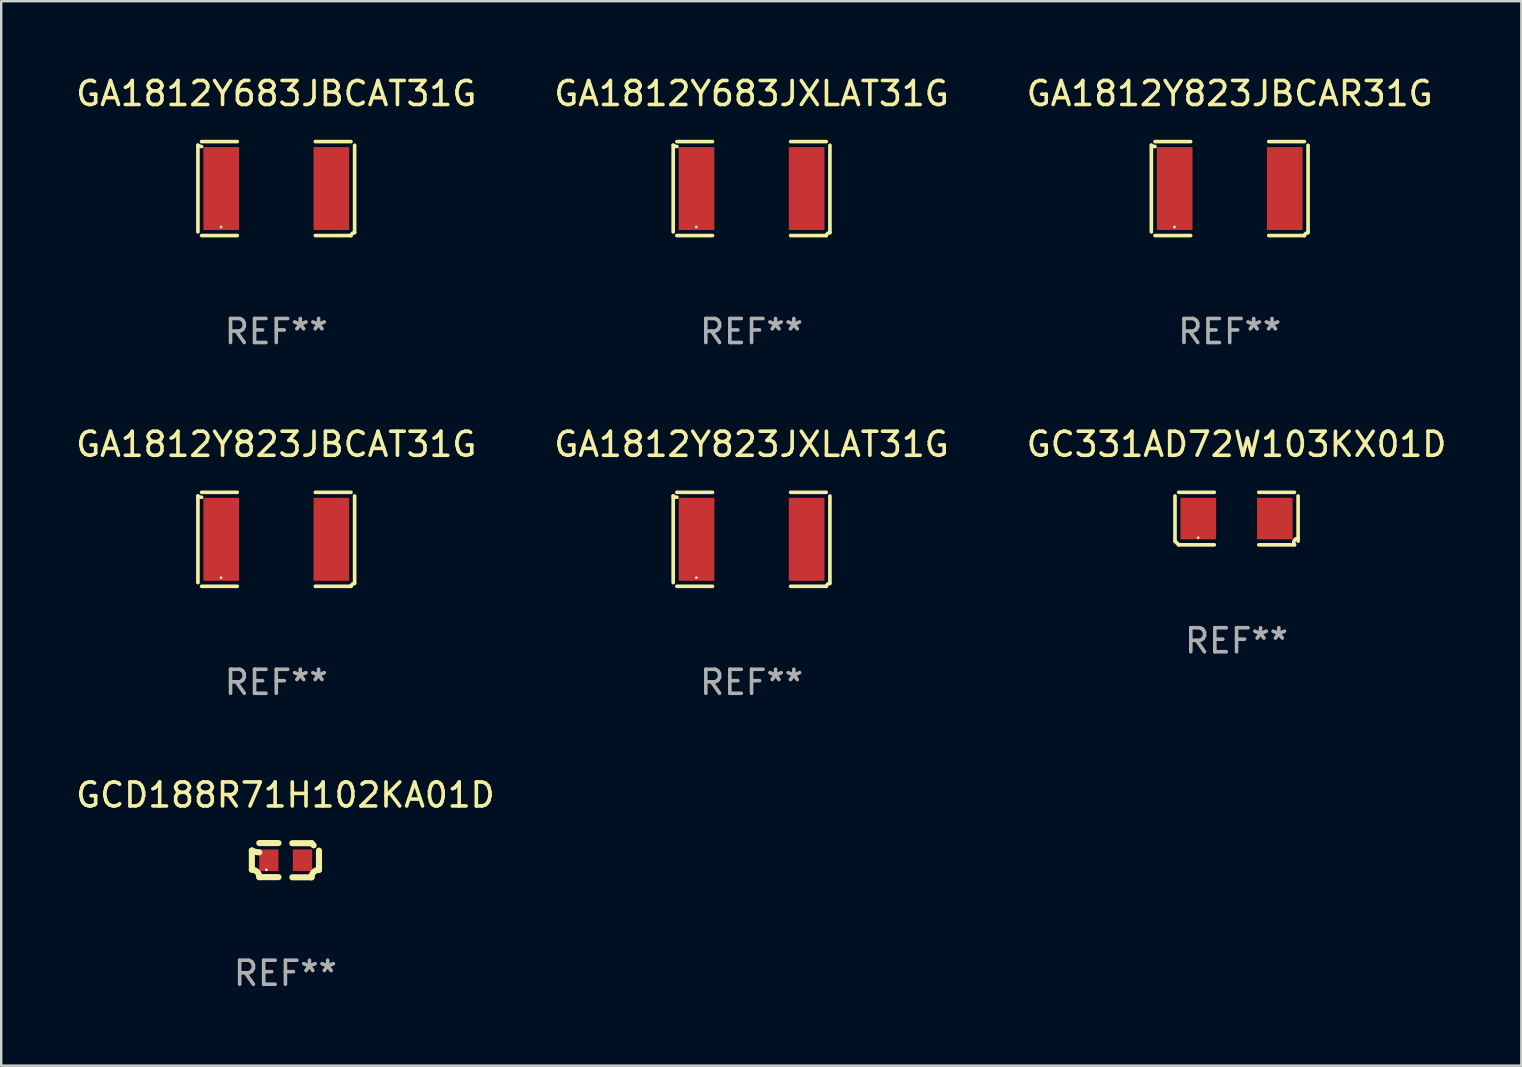
<source format=kicad_pcb>
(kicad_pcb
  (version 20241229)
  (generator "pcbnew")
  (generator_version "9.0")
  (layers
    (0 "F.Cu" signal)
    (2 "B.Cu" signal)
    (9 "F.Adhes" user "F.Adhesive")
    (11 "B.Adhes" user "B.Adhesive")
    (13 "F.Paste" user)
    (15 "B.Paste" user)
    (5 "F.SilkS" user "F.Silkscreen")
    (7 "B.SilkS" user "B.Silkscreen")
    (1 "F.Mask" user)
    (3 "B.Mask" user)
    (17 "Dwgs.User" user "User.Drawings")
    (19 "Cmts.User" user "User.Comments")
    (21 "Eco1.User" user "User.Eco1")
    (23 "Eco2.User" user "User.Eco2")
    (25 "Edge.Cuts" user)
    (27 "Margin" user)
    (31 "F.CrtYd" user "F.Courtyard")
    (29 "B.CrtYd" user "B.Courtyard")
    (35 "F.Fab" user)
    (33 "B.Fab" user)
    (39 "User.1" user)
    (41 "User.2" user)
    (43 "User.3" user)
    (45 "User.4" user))
  (footprint "GA1812Y683JBCAT31G"
    (layer "F.Cu")
    (at 8.458 4.805)
    (property "Reference" "GA1812Y683JBCAT31G" (at 0 -3.957 0) (layer "F.SilkS") (effects (font (size 1 1) (thickness 0.15))))
    (attr through_hole)
    (fp_line (start -3.264 1.804) (end -3.264 -1.804) (stroke (width 0.152) (type solid)) (layer "F.SilkS"))
    (fp_line (start -3.111 -1.957) (end -1.626 -1.957) (stroke (width 0.152) (type solid)) (layer "F.SilkS"))
    (fp_line (start -1.626 1.957) (end -3.111 1.957) (stroke (width 0.152) (type solid)) (layer "F.SilkS"))
    (fp_line (start 1.626 1.957) (end 3.111 1.957) (stroke (width 0.152) (type solid)) (layer "F.SilkS"))
    (fp_line (start 3.111 -1.957) (end 1.626 -1.957) (stroke (width 0.152) (type solid)) (layer "F.SilkS"))
    (fp_line (start 3.264 1.804) (end 3.264 -1.804) (stroke (width 0.152) (type solid)) (layer "F.SilkS"))
    (fp_arc (start -3.111202 -1.752192) (mid -3.191715 -1.76555) (end -3.263602 -1.804191) (stroke (width 0.1524) (type solid)) (layer "F.SilkS"))
    (fp_arc (start 3.111201 1.956591) (mid 3.167789 1.872777) (end 3.263602 1.840424) (stroke (width 0.1524) (type solid)) (layer "F.SilkS"))
    (fp_circle (center -2.3 1.6) (end -2.27 1.6) (stroke (width 0.06) (type solid)) (fill no) (layer "F.SilkS"))
    (fp_text user "REF**" (at 0 5.957 0) (layer "F.Fab") (effects (font (size 1 1) (thickness 0.15))))
    (pad "1" smd rect (at -2.293 0) (size 1.485 3.456) (layers "F.Cu" "F.Mask" "F.Paste"))
    (pad "2" smd rect (at 2.293 0) (size 1.485 3.456) (layers "F.Cu" "F.Mask" "F.Paste")))
  (footprint "GCD188R71H102KA01D"
    (layer "F.Cu")
    (at 8.839 32.78)
    (property "Reference" "GCD188R71H102KA01D" (at 0 -2.713 0) (layer "F.SilkS") (effects (font (size 1 1) (thickness 0.15))))
    (attr through_hole)
    (fp_line (start -1.398 -0.403) (end -1.398 0.397) (stroke (width 0.254) (type solid)) (layer "F.SilkS"))
    (fp_line (start -0.288 -0.713) (end -1.088 -0.713) (stroke (width 0.254) (type solid)) (layer "F.SilkS"))
    (fp_line (start -0.288 0.707) (end -1.088 0.707) (stroke (width 0.254) (type solid)) (layer "F.SilkS"))
    (fp_line (start 0.288 -0.707) (end 1.088 -0.707) (stroke (width 0.254) (type solid)) (layer "F.SilkS"))
    (fp_line (start 0.288 0.713) (end 1.088 0.713) (stroke (width 0.254) (type solid)) (layer "F.SilkS"))
    (fp_line (start 1.398 -0.397) (end 1.398 0.403) (stroke (width 0.254) (type solid)) (layer "F.SilkS"))
    (fp_arc (start -1.397789 0.397066) (mid -1.178701 0.487826) (end -1.08796 0.706922) (stroke (width 0.254001) (type solid)) (layer "F.SilkS"))
    (fp_arc (start -1.08796 -0.327176) (mid -1.247436 -0.346384) (end -1.39779 -0.402908) (stroke (width 0.254001) (type solid)) (layer "F.SilkS"))
    (fp_arc (start 1.087909 0.712738) (mid 1.178656 0.493655) (end 1.397739 0.402908) (stroke (width 0.254001) (type solid)) (layer "F.SilkS"))
    (fp_arc (start 1.175925 -0.618926) (mid 1.131917 -0.662923) (end 1.08791 -0.706922) (stroke (width 0.254001) (type solid)) (layer "F.SilkS"))
    (fp_circle (center -0.792 0.403) (end -0.762 0.403) (stroke (width 0.06) (type solid)) (fill no) (layer "F.SilkS"))
    (fp_text user "REF**" (at 0 4.713 0) (layer "F.Fab") (effects (font (size 1 1) (thickness 0.15))))
    (pad "1" smd rect (at -0.692 0.003) (size 0.8 0.9) (layers "F.Cu" "F.Mask" "F.Paste"))
    (pad "2" smd rect (at 0.708 0.003) (size 0.8 0.9) (layers "F.Cu" "F.Mask" "F.Paste")))
  (footprint "GA1812Y683JXLAT31G"
    (layer "F.Cu")
    (at 28.256 4.805)
    (property "Reference" "GA1812Y683JXLAT31G" (at 0 -3.957 0) (layer "F.SilkS") (effects (font (size 1 1) (thickness 0.15))))
    (attr through_hole)
    (fp_line (start -3.264 1.804) (end -3.264 -1.804) (stroke (width 0.152) (type solid)) (layer "F.SilkS"))
    (fp_line (start -3.111 -1.957) (end -1.626 -1.957) (stroke (width 0.152) (type solid)) (layer "F.SilkS"))
    (fp_line (start -1.626 1.957) (end -3.111 1.957) (stroke (width 0.152) (type solid)) (layer "F.SilkS"))
    (fp_line (start 1.626 1.957) (end 3.111 1.957) (stroke (width 0.152) (type solid)) (layer "F.SilkS"))
    (fp_line (start 3.111 -1.957) (end 1.626 -1.957) (stroke (width 0.152) (type solid)) (layer "F.SilkS"))
    (fp_line (start 3.264 1.804) (end 3.264 -1.804) (stroke (width 0.152) (type solid)) (layer "F.SilkS"))
    (fp_arc (start -3.111202 -1.752192) (mid -3.191715 -1.76555) (end -3.263602 -1.804191) (stroke (width 0.1524) (type solid)) (layer "F.SilkS"))
    (fp_arc (start 3.111201 1.956591) (mid 3.167789 1.872777) (end 3.263602 1.840424) (stroke (width 0.1524) (type solid)) (layer "F.SilkS"))
    (fp_circle (center -2.3 1.6) (end -2.27 1.6) (stroke (width 0.06) (type solid)) (fill no) (layer "F.SilkS"))
    (fp_text user "REF**" (at 0 5.957 0) (layer "F.Fab") (effects (font (size 1 1) (thickness 0.15))))
    (pad "1" smd rect (at -2.293 0) (size 1.485 3.456) (layers "F.Cu" "F.Mask" "F.Paste"))
    (pad "2" smd rect (at 2.293 0) (size 1.485 3.456) (layers "F.Cu" "F.Mask" "F.Paste")))
  (footprint "GA1812Y823JBCAR31G"
    (layer "F.Cu")
    (at 48.173 4.805)
    (property "Reference" "GA1812Y823JBCAR31G" (at 0 -3.957 0) (layer "F.SilkS") (effects (font (size 1 1) (thickness 0.15))))
    (attr through_hole)
    (fp_line (start -3.264 1.804) (end -3.264 -1.804) (stroke (width 0.152) (type solid)) (layer "F.SilkS"))
    (fp_line (start -3.111 -1.957) (end -1.626 -1.957) (stroke (width 0.152) (type solid)) (layer "F.SilkS"))
    (fp_line (start -1.626 1.957) (end -3.111 1.957) (stroke (width 0.152) (type solid)) (layer "F.SilkS"))
    (fp_line (start 1.626 1.957) (end 3.111 1.957) (stroke (width 0.152) (type solid)) (layer "F.SilkS"))
    (fp_line (start 3.111 -1.957) (end 1.626 -1.957) (stroke (width 0.152) (type solid)) (layer "F.SilkS"))
    (fp_line (start 3.264 1.804) (end 3.264 -1.804) (stroke (width 0.152) (type solid)) (layer "F.SilkS"))
    (fp_arc (start -3.111202 -1.752192) (mid -3.191715 -1.76555) (end -3.263602 -1.804191) (stroke (width 0.1524) (type solid)) (layer "F.SilkS"))
    (fp_arc (start 3.111201 1.956591) (mid 3.167789 1.872777) (end 3.263602 1.840424) (stroke (width 0.1524) (type solid)) (layer "F.SilkS"))
    (fp_circle (center -2.3 1.6) (end -2.27 1.6) (stroke (width 0.06) (type solid)) (fill no) (layer "F.SilkS"))
    (fp_text user "REF**" (at 0 5.957 0) (layer "F.Fab") (effects (font (size 1 1) (thickness 0.15))))
    (pad "1" smd rect (at -2.293 0) (size 1.485 3.456) (layers "F.Cu" "F.Mask" "F.Paste"))
    (pad "2" smd rect (at 2.293 0) (size 1.485 3.456) (layers "F.Cu" "F.Mask" "F.Paste")))
  (footprint "GA1812Y823JBCAT31G"
    (layer "F.Cu")
    (at 8.458 19.415)
    (property "Reference" "GA1812Y823JBCAT31G" (at 0 -3.957 0) (layer "F.SilkS") (effects (font (size 1 1) (thickness 0.15))))
    (attr through_hole)
    (fp_line (start -3.264 1.804) (end -3.264 -1.804) (stroke (width 0.152) (type solid)) (layer "F.SilkS"))
    (fp_line (start -3.111 -1.957) (end -1.626 -1.957) (stroke (width 0.152) (type solid)) (layer "F.SilkS"))
    (fp_line (start -1.626 1.957) (end -3.111 1.957) (stroke (width 0.152) (type solid)) (layer "F.SilkS"))
    (fp_line (start 1.626 1.957) (end 3.111 1.957) (stroke (width 0.152) (type solid)) (layer "F.SilkS"))
    (fp_line (start 3.111 -1.957) (end 1.626 -1.957) (stroke (width 0.152) (type solid)) (layer "F.SilkS"))
    (fp_line (start 3.264 1.804) (end 3.264 -1.804) (stroke (width 0.152) (type solid)) (layer "F.SilkS"))
    (fp_arc (start -3.111202 -1.752192) (mid -3.191715 -1.76555) (end -3.263602 -1.804191) (stroke (width 0.1524) (type solid)) (layer "F.SilkS"))
    (fp_arc (start 3.111201 1.956591) (mid 3.167789 1.872777) (end 3.263602 1.840424) (stroke (width 0.1524) (type solid)) (layer "F.SilkS"))
    (fp_circle (center -2.3 1.6) (end -2.27 1.6) (stroke (width 0.06) (type solid)) (fill no) (layer "F.SilkS"))
    (fp_text user "REF**" (at 0 5.957 0) (layer "F.Fab") (effects (font (size 1 1) (thickness 0.15))))
    (pad "1" smd rect (at -2.293 0) (size 1.485 3.456) (layers "F.Cu" "F.Mask" "F.Paste"))
    (pad "2" smd rect (at 2.293 0) (size 1.485 3.456) (layers "F.Cu" "F.Mask" "F.Paste")))
  (footprint "GC331AD72W103KX01D"
    (layer "F.Cu")
    (at 48.458 18.551)
    (property "Reference" "GC331AD72W103KX01D" (at 0 -3.093 0) (layer "F.SilkS") (effects (font (size 1 1) (thickness 0.15))))
    (attr through_hole)
    (fp_line (start -2.564 0.94) (end -2.564 -0.94) (stroke (width 0.152) (type solid)) (layer "F.SilkS"))
    (fp_line (start -2.411 -1.093) (end -0.926 -1.093) (stroke (width 0.152) (type solid)) (layer "F.SilkS"))
    (fp_line (start -0.926 1.093) (end -2.411 1.093) (stroke (width 0.152) (type solid)) (layer "F.SilkS"))
    (fp_line (start 0.926 1.093) (end 2.411 1.093) (stroke (width 0.152) (type solid)) (layer "F.SilkS"))
    (fp_line (start 2.411 -1.093) (end 0.926 -1.093) (stroke (width 0.152) (type solid)) (layer "F.SilkS"))
    (fp_line (start 2.564 0.94) (end 2.564 -0.94) (stroke (width 0.152) (type solid)) (layer "F.SilkS"))
    (fp_arc (start -2.411201 1.092609) (mid -2.487413 1.01642) (end -2.563602 0.940208) (stroke (width 0.1524) (type solid)) (layer "F.SilkS"))
    (fp_arc (start 2.411201 1.092609) (mid 2.407159 0.911226) (end 2.563602 0.819347) (stroke (width 0.1524) (type solid)) (layer "F.SilkS"))
    (fp_circle (center -1.6 0.8) (end -1.57 0.8) (stroke (width 0.06) (type solid)) (fill no) (layer "F.SilkS"))
    (fp_text user "REF**" (at 0 5.093 0) (layer "F.Fab") (effects (font (size 1 1) (thickness 0.15))))
    (pad "1" smd rect (at -1.593 0) (size 1.485 1.728) (layers "F.Cu" "F.Mask" "F.Paste"))
    (pad "2" smd rect (at 1.593 0) (size 1.485 1.728) (layers "F.Cu" "F.Mask" "F.Paste")))
  (footprint "GA1812Y823JXLAT31G"
    (layer "F.Cu")
    (at 28.256 19.415)
    (property "Reference" "GA1812Y823JXLAT31G" (at 0 -3.957 0) (layer "F.SilkS") (effects (font (size 1 1) (thickness 0.15))))
    (attr through_hole)
    (fp_line (start -3.264 1.804) (end -3.264 -1.804) (stroke (width 0.152) (type solid)) (layer "F.SilkS"))
    (fp_line (start -3.111 -1.957) (end -1.626 -1.957) (stroke (width 0.152) (type solid)) (layer "F.SilkS"))
    (fp_line (start -1.626 1.957) (end -3.111 1.957) (stroke (width 0.152) (type solid)) (layer "F.SilkS"))
    (fp_line (start 1.626 1.957) (end 3.111 1.957) (stroke (width 0.152) (type solid)) (layer "F.SilkS"))
    (fp_line (start 3.111 -1.957) (end 1.626 -1.957) (stroke (width 0.152) (type solid)) (layer "F.SilkS"))
    (fp_line (start 3.264 1.804) (end 3.264 -1.804) (stroke (width 0.152) (type solid)) (layer "F.SilkS"))
    (fp_arc (start -3.111202 -1.752192) (mid -3.191715 -1.76555) (end -3.263602 -1.804191) (stroke (width 0.1524) (type solid)) (layer "F.SilkS"))
    (fp_arc (start 3.111201 1.956591) (mid 3.167789 1.872777) (end 3.263602 1.840424) (stroke (width 0.1524) (type solid)) (layer "F.SilkS"))
    (fp_circle (center -2.3 1.6) (end -2.27 1.6) (stroke (width 0.06) (type solid)) (fill no) (layer "F.SilkS"))
    (fp_text user "REF**" (at 0 5.957 0) (layer "F.Fab") (effects (font (size 1 1) (thickness 0.15))))
    (pad "1" smd rect (at -2.293 0) (size 1.485 3.456) (layers "F.Cu" "F.Mask" "F.Paste"))
    (pad "2" smd rect (at 2.293 0) (size 1.485 3.456) (layers "F.Cu" "F.Mask" "F.Paste")))
  (gr_rect
    (start -3 -3)
    (end 60.321 41.341)
    (stroke (width 0.1) (type default))
    (fill no)
    (layer "Edge.Cuts")))
</source>
